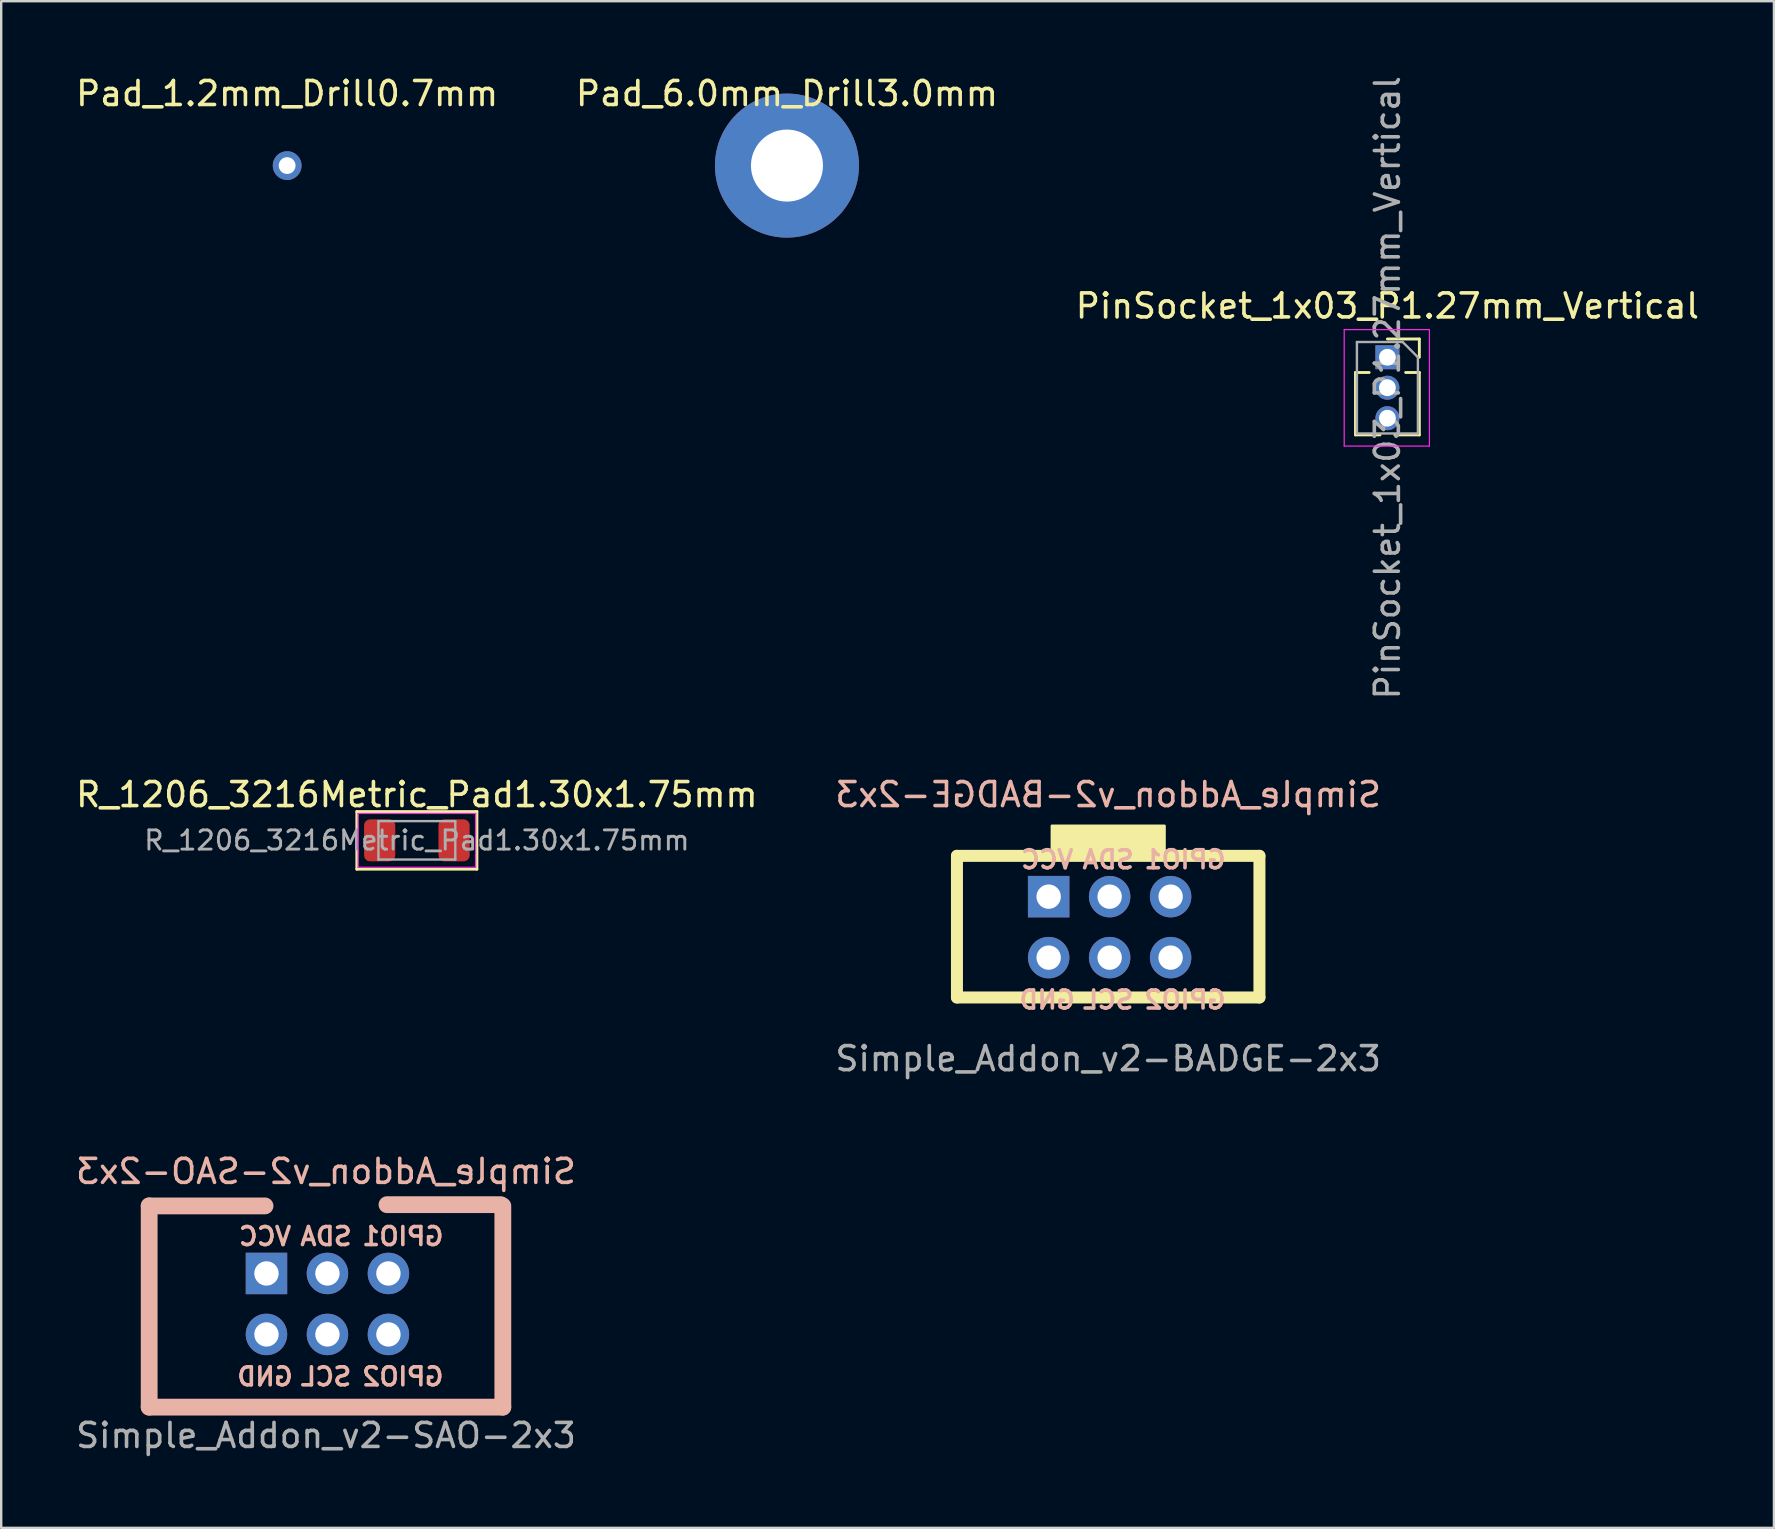
<source format=kicad_pcb>
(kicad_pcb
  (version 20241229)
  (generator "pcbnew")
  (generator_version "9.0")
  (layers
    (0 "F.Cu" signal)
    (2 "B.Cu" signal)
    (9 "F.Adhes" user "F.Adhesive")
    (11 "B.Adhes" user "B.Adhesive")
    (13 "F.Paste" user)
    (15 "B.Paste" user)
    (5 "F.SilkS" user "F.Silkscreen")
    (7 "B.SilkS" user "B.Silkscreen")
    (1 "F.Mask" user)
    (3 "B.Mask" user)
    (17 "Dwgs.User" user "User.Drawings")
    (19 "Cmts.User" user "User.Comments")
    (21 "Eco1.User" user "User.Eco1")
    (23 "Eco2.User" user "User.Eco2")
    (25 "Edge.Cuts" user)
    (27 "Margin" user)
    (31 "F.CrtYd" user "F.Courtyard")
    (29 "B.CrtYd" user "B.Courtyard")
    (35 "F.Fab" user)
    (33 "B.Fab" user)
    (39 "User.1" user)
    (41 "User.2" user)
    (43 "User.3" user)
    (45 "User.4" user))
  (footprint "Simple_Addon_v2-SAO-2x3"
    (layer "F.Cu")
    (at 10.53 51.247)
    (property "Reference" "Simple_Addon_v2-SAO-2x3" (at 0 -5.5 0) (layer "B.SilkS") (effects (font (size 1 1) (thickness 0.15)) (justify mirror)))
    (attr through_hole)
    (fp_line (start -7.366 -4.064) (end -7.366 4.318) (stroke (width 0.7) (type solid)) (layer "B.SilkS"))
    (fp_line (start -7.366 4.318) (end 7.366 4.318) (stroke (width 0.7) (type solid)) (layer "B.SilkS"))
    (fp_line (start -2.54 -4.064) (end -7.366 -4.064) (stroke (width 0.7) (type solid)) (layer "B.SilkS"))
    (fp_line (start 7.28 -4.115) (end 2.54 -4.115) (stroke (width 0.7) (type solid)) (layer "B.SilkS"))
    (fp_line (start 7.366 4.318) (end 7.366 -4.064) (stroke (width 0.7) (type solid)) (layer "B.SilkS"))
    (fp_text user "SDA" (at 0 -2.794 0) (unlocked yes) (layer "B.SilkS") (effects (font (size 0.75 0.75) (thickness 0.15)) (justify mirror)))
    (fp_text user "GPIO2" (at 3.2 3.048 0) (layer "B.SilkS") (effects (font (size 0.75 0.75) (thickness 0.15)) (justify mirror)))
    (fp_text user "SCL" (at 0 3.048 0) (layer "B.SilkS") (effects (font (size 0.75 0.75) (thickness 0.15)) (justify mirror)))
    (fp_text user "GPIO1" (at 3.2 -2.794 0) (unlocked yes) (layer "B.SilkS") (effects (font (size 0.75 0.75) (thickness 0.15)) (justify mirror)))
    (fp_text user "GND" (at -2.54 3.048 0) (unlocked yes) (layer "B.SilkS") (effects (font (size 0.75 0.75) (thickness 0.15)) (justify mirror)))
    (fp_text user "VCC" (at -2.54 -2.794 0) (unlocked yes) (layer "B.SilkS") (effects (font (size 0.75 0.75) (thickness 0.15)) (justify mirror)))
    (fp_text user "${REFERENCE}" (at 0 5.5 0) (layer "F.Fab") (effects (font (size 1 1) (thickness 0.15))))
    (pad "1" thru_hole rect (at -2.48 -1.25 270) (size 1.727 1.727) (drill 1.016) (layers "*.Cu" "*.Mask"))
    (pad "2" thru_hole circle (at -2.48 1.29 270) (size 1.727 1.727) (drill 1.016) (layers "*.Cu" "*.Mask"))
    (pad "3" thru_hole oval (at 0.06 -1.25 270) (size 1.727 1.727) (drill 1.016) (layers "*.Cu" "*.Mask"))
    (pad "4" thru_hole oval (at 0.06 1.29 270) (size 1.727 1.727) (drill 1.016) (layers "*.Cu" "*.Mask"))
    (pad "5" thru_hole circle (at 2.6 -1.25 270) (size 1.727 1.727) (drill 1.016) (layers "*.Cu" "*.Mask"))
    (pad "6" thru_hole circle (at 2.6 1.29 270) (size 1.727 1.727) (drill 1.016) (layers "*.Cu" "*.Mask")))
  (footprint "Simple_Addon_v2-BADGE-2x3"
    (layer "F.Cu")
    (at 43.113 35.551)
    (property "Reference" "Simple_Addon_v2-BADGE-2x3" (at 0 -5.5 0) (layer "B.SilkS") (effects (font (size 1 1) (thickness 0.15)) (justify mirror)))
    (attr through_hole)
    (fp_line (start -6.3 -2.95) (end 6.3 -2.95) (stroke (width 0.5) (type solid)) (layer "F.SilkS"))
    (fp_line (start -6.3 2.95) (end -6.3 -2.95) (stroke (width 0.5) (type solid)) (layer "F.SilkS"))
    (fp_line (start 6.3 -2.95) (end 6.3 2.95) (stroke (width 0.5) (type solid)) (layer "F.SilkS"))
    (fp_line (start 6.3 2.95) (end -6.3 2.95) (stroke (width 0.5) (type solid)) (layer "F.SilkS"))
    (fp_poly (pts (xy 2.349 -3.061) (xy -2.349 -3.061) (xy -2.349 -4.204) (xy 2.349 -4.204)) (stroke (width 0.1) (type solid)) (fill yes) (layer "F.SilkS"))
    (fp_text user "GND" (at -2.54 3.048 0) (layer "B.SilkS") (effects (font (size 0.75 0.75) (thickness 0.15)) (justify mirror)))
    (fp_text user "VCC" (at -2.54 -2.794 0) (layer "B.SilkS") (effects (font (size 0.75 0.75) (thickness 0.15)) (justify mirror)))
    (fp_text user "GPIO1" (at 3.2 -2.794 0) (layer "B.SilkS") (effects (font (size 0.75 0.75) (thickness 0.15)) (justify mirror)))
    (fp_text user "SDA" (at 0 -2.794 0) (layer "B.SilkS") (effects (font (size 0.75 0.75) (thickness 0.15)) (justify mirror)))
    (fp_text user "SCL" (at 0 3.048 0) (layer "B.SilkS") (effects (font (size 0.75 0.75) (thickness 0.15)) (justify mirror)))
    (fp_text user "GPIO2" (at 3.2 3.048 0) (layer "B.SilkS") (effects (font (size 0.75 0.75) (thickness 0.15)) (justify mirror)))
    (fp_text user "${REFERENCE}" (at 0 5.5 0) (layer "F.Fab") (effects (font (size 1 1) (thickness 0.15))))
    (pad "1" thru_hole rect (at -2.48 -1.25 270) (size 1.727 1.727) (drill 1.016) (layers "*.Cu" "*.Mask"))
    (pad "2" thru_hole circle (at -2.48 1.29 270) (size 1.727 1.727) (drill 1.016) (layers "*.Cu" "*.Mask"))
    (pad "3" thru_hole oval (at 0.06 -1.25 270) (size 1.727 1.727) (drill 1.016) (layers "*.Cu" "*.Mask"))
    (pad "4" thru_hole oval (at 0.06 1.29 270) (size 1.727 1.727) (drill 1.016) (layers "*.Cu" "*.Mask"))
    (pad "5" thru_hole circle (at 2.6 -1.25 270) (size 1.727 1.727) (drill 1.016) (layers "*.Cu" "*.Mask"))
    (pad "6" thru_hole circle (at 2.6 1.29 270) (size 1.727 1.727) (drill 1.016) (layers "*.Cu" "*.Mask")))
  (footprint "R_1206_3216Metric_Pad1.30x1.75mm"
    (layer "F.Cu")
    (at 14.315 31.956)
    (property "Reference" "R_1206_3216Metric_Pad1.30x1.75mm" (at 0 -1.905 0) (layer "F.SilkS") (effects (font (size 1 1) (thickness 0.15))))
    (attr smd)
    (fp_line (start -2.5 -1.2) (end -2.5 1.2) (stroke (width 0.12) (type solid)) (layer "F.SilkS"))
    (fp_line (start -2.5 1.2) (end 2.5 1.2) (stroke (width 0.12) (type solid)) (layer "F.SilkS"))
    (fp_line (start 2.5 -1.2) (end -2.5 -1.2) (stroke (width 0.12) (type solid)) (layer "F.SilkS"))
    (fp_line (start 2.5 1.2) (end 2.5 -1.2) (stroke (width 0.12) (type solid)) (layer "F.SilkS"))
    (fp_line (start -2.45 -1.12) (end 2.45 -1.12) (stroke (width 0.05) (type solid)) (layer "F.CrtYd"))
    (fp_line (start -2.45 1.12) (end -2.45 -1.12) (stroke (width 0.05) (type solid)) (layer "F.CrtYd"))
    (fp_line (start 2.45 -1.12) (end 2.45 1.12) (stroke (width 0.05) (type solid)) (layer "F.CrtYd"))
    (fp_line (start 2.45 1.12) (end -2.45 1.12) (stroke (width 0.05) (type solid)) (layer "F.CrtYd"))
    (fp_line (start -1.6 -0.8) (end 1.6 -0.8) (stroke (width 0.1) (type solid)) (layer "F.Fab"))
    (fp_line (start -1.6 0.8) (end -1.6 -0.8) (stroke (width 0.1) (type solid)) (layer "F.Fab"))
    (fp_line (start 1.6 -0.8) (end 1.6 0.8) (stroke (width 0.1) (type solid)) (layer "F.Fab"))
    (fp_line (start 1.6 0.8) (end -1.6 0.8) (stroke (width 0.1) (type solid)) (layer "F.Fab"))
    (fp_text user "${REFERENCE}" (at 0 0 0) (layer "F.Fab") (effects (font (size 0.8 0.8) (thickness 0.12))))
    (pad "1" smd roundrect (at -1.55 0) (size 1.3 1.75) (layers "F.Cu" "F.Mask" "F.Paste") (roundrect_rratio 0.192))
    (pad "2" smd roundrect (at 1.55 0) (size 1.3 1.75) (layers "F.Cu" "F.Mask" "F.Paste") (roundrect_rratio 0.192)))
  (footprint "Pad_1.2mm_Drill0.7mm"
    (layer "F.Cu")
    (at 8.911 3.848)
    (property "Reference" "Pad_1.2mm_Drill0.7mm" (at 0 -3 0) (layer "F.SilkS") (effects (font (size 1 1) (thickness 0.15))))
    (attr exclude_from_pos_files exclude_from_bom)
    (pad "1" thru_hole circle (at 0 0) (size 1.2 1.2) (drill 0.7) (layers "*.Cu" "*.Mask")))
  (footprint "PinSocket_1x03_P1.27mm_Vertical"
    (layer "F.Cu")
    (at 54.744 11.831)
    (property "Reference" "PinSocket_1x03_P1.27mm_Vertical" (at 0 -2.135 0) (layer "F.SilkS") (effects (font (size 1 1) (thickness 0.15))))
    (attr through_hole)
    (fp_line (start -1.33 0.635) (end -1.33 3.235) (stroke (width 0.12) (type solid)) (layer "F.SilkS"))
    (fp_line (start -1.33 0.635) (end -0.76 0.635) (stroke (width 0.12) (type solid)) (layer "F.SilkS"))
    (fp_line (start -1.33 3.235) (end -0.308 3.235) (stroke (width 0.12) (type solid)) (layer "F.SilkS"))
    (fp_line (start 0 -0.76) (end 1.33 -0.76) (stroke (width 0.12) (type solid)) (layer "F.SilkS"))
    (fp_line (start 0.308 3.235) (end 1.33 3.235) (stroke (width 0.12) (type solid)) (layer "F.SilkS"))
    (fp_line (start 0.76 0.635) (end 1.33 0.635) (stroke (width 0.12) (type solid)) (layer "F.SilkS"))
    (fp_line (start 1.33 -0.76) (end 1.33 0) (stroke (width 0.12) (type solid)) (layer "F.SilkS"))
    (fp_line (start 1.33 0.635) (end 1.33 3.235) (stroke (width 0.12) (type solid)) (layer "F.SilkS"))
    (fp_line (start -1.8 -1.15) (end 1.75 -1.15) (stroke (width 0.05) (type solid)) (layer "F.CrtYd"))
    (fp_line (start -1.8 3.7) (end -1.8 -1.15) (stroke (width 0.05) (type solid)) (layer "F.CrtYd"))
    (fp_line (start 1.75 -1.15) (end 1.75 3.7) (stroke (width 0.05) (type solid)) (layer "F.CrtYd"))
    (fp_line (start 1.75 3.7) (end -1.8 3.7) (stroke (width 0.05) (type solid)) (layer "F.CrtYd"))
    (fp_line (start -1.27 -0.635) (end 0.635 -0.635) (stroke (width 0.1) (type solid)) (layer "F.Fab"))
    (fp_line (start -1.27 3.175) (end -1.27 -0.635) (stroke (width 0.1) (type solid)) (layer "F.Fab"))
    (fp_line (start 0.635 -0.635) (end 1.27 0) (stroke (width 0.1) (type solid)) (layer "F.Fab"))
    (fp_line (start 1.27 0) (end 1.27 3.175) (stroke (width 0.1) (type solid)) (layer "F.Fab"))
    (fp_line (start 1.27 3.175) (end -1.27 3.175) (stroke (width 0.1) (type solid)) (layer "F.Fab"))
    (fp_text user "${REFERENCE}" (at 0 1.27 90) (layer "F.Fab") (effects (font (size 1 1) (thickness 0.15))))
    (pad "1" thru_hole rect (at 0 0) (size 1 1) (drill 0.7) (layers "*.Cu" "*.Mask"))
    (pad "2" thru_hole oval (at 0 1.27) (size 1 1) (drill 0.7) (layers "*.Cu" "*.Mask"))
    (pad "3" thru_hole oval (at 0 2.54) (size 1 1) (drill 0.7) (layers "*.Cu" "*.Mask")))
  (footprint "Pad_6.0mm_Drill3.0mm"
    (layer "F.Cu")
    (at 29.732 3.848)
    (property "Reference" "Pad_6.0mm_Drill3.0mm" (at 0 -3 0) (layer "F.SilkS") (effects (font (size 1 1) (thickness 0.15))))
    (attr exclude_from_pos_files exclude_from_bom)
    (pad "1" thru_hole circle (at 0 0) (size 6 6) (drill 3) (layers "*.Cu" "*.Mask")))
  (gr_rect
    (start -3 -3)
    (end 70.845 60.595)
    (stroke (width 0.1) (type default))
    (fill no)
    (layer "Edge.Cuts")))
</source>
